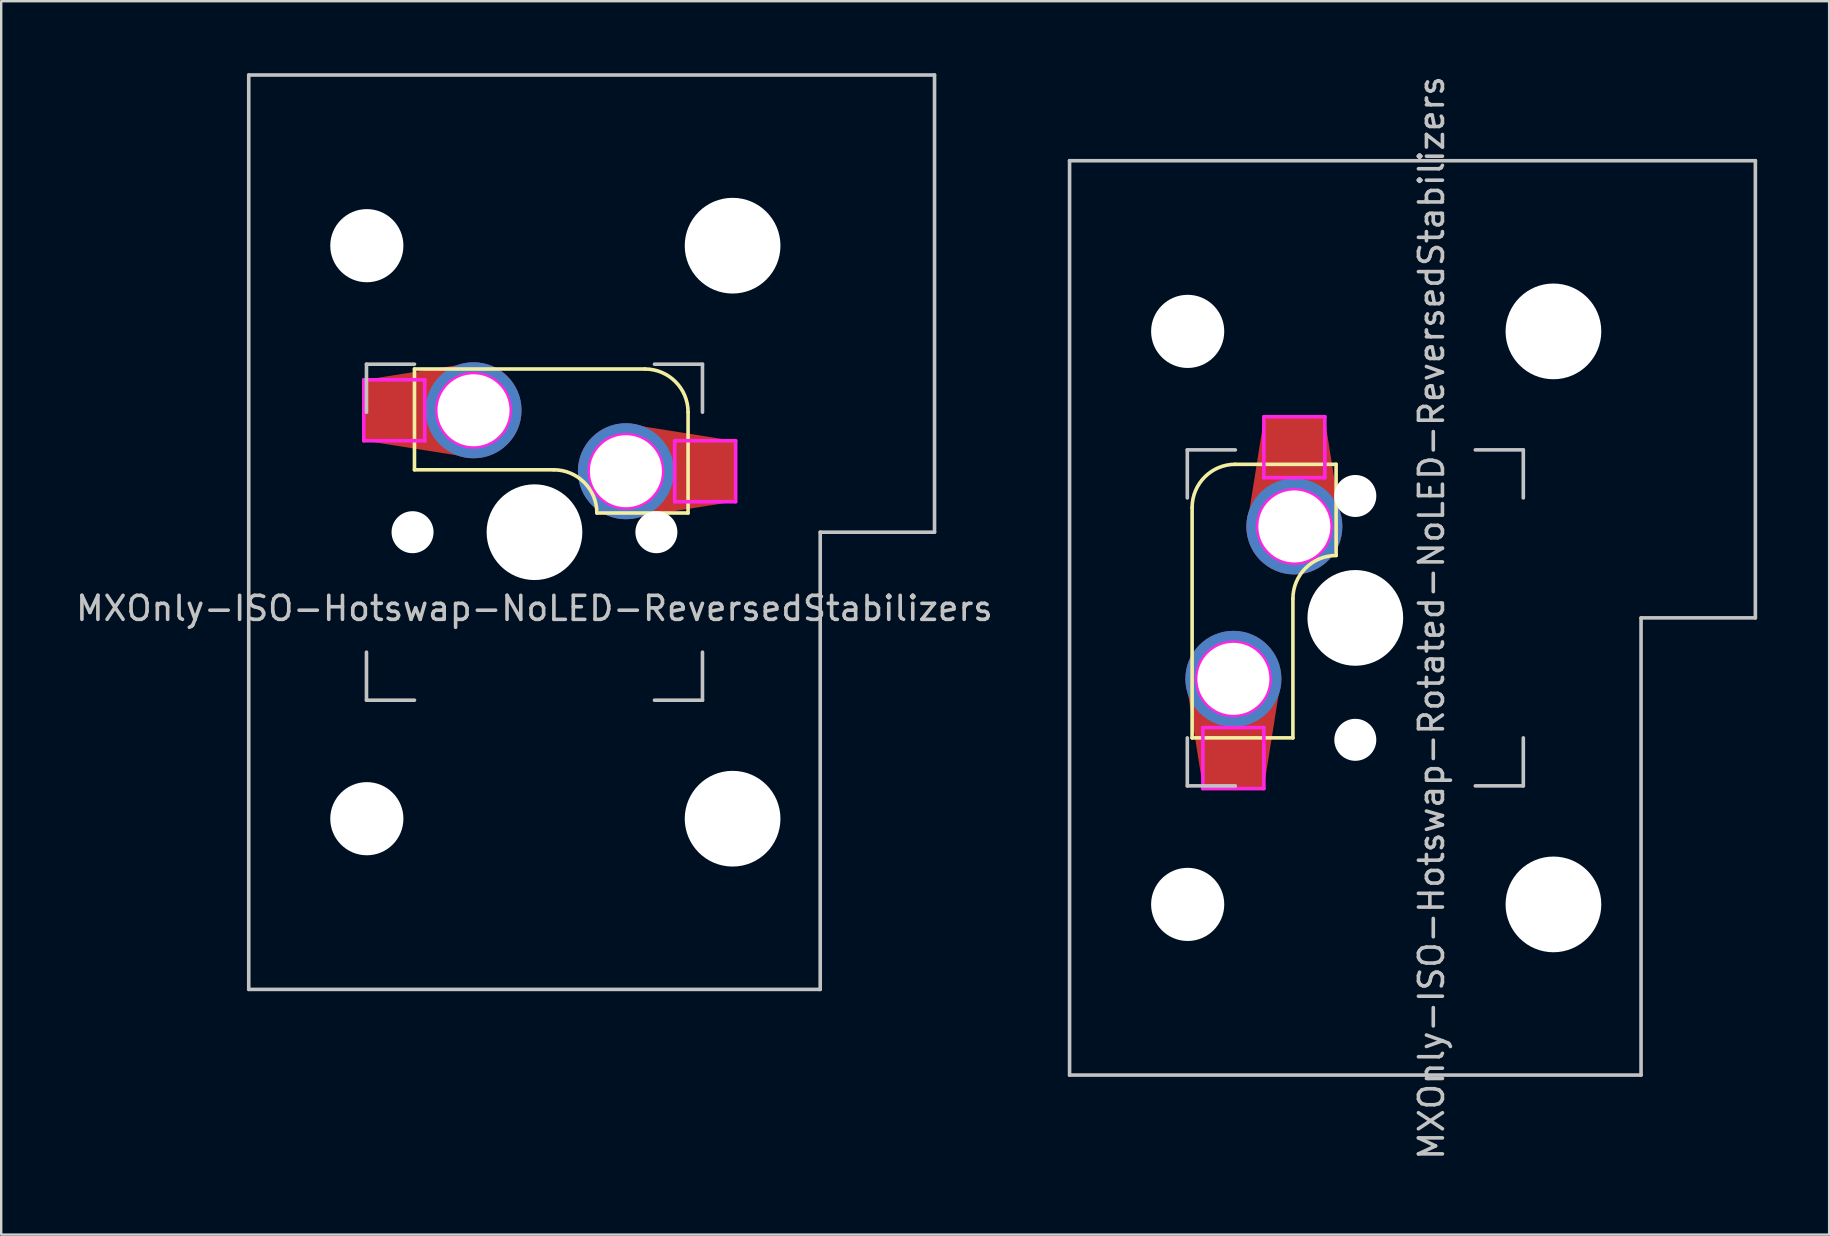
<source format=kicad_pcb>
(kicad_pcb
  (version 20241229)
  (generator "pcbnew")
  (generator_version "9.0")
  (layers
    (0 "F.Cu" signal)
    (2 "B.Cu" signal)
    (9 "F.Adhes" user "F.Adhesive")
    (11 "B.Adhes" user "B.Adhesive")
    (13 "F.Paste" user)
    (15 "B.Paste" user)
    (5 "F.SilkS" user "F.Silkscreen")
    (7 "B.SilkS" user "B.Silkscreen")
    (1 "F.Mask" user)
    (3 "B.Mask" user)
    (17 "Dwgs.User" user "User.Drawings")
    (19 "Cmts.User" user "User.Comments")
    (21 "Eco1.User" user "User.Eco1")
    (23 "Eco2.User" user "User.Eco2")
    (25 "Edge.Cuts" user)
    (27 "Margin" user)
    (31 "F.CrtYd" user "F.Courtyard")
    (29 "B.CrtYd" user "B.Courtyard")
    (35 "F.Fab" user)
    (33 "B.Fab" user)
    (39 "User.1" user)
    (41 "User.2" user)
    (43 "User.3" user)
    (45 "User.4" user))
  (footprint "MXOnly-ISO-Hotswap-Rotated-NoLED-ReversedStabilizers"
    (layer "F.Cu")
    (at 53.422 22.696)
    (property "Reference" "MXOnly-ISO-Hotswap-Rotated-NoLED-ReversedStabilizers" (at 3.175 0 270) (layer "Dwgs.User") (effects (font (size 1 1) (thickness 0.15))))
    (attr through_hole)
    (fp_line (start -6.8 5) (end -6.8 -4.6) (stroke (width 0.15) (type solid)) (layer "F.SilkS"))
    (fp_line (start -5 -6.4) (end -0.8 -6.4) (stroke (width 0.15) (type solid)) (layer "F.SilkS"))
    (fp_line (start -2.6 -0.8) (end -2.6 5) (stroke (width 0.15) (type solid)) (layer "F.SilkS"))
    (fp_line (start -2.6 5) (end -6.8 5) (stroke (width 0.15) (type solid)) (layer "F.SilkS"))
    (fp_line (start -0.8 -6.4) (end -0.8 -2.6) (stroke (width 0.15) (type solid)) (layer "F.SilkS"))
    (fp_arc (start -6.8 -4.6) (mid -6.272792 -5.872792) (end -5 -6.4) (stroke (width 0.15) (type solid)) (layer "F.SilkS"))
    (fp_arc (start -2.6 -0.8) (mid -2.072792 -2.072792) (end -0.8 -2.6) (stroke (width 0.15) (type solid)) (layer "F.SilkS"))
    (fp_poly (pts (xy -4.064 -6.477) (xy -3.747 -8.509) (xy -1.206 -8.509) (xy -0.889 -6.477)) (stroke (width 0.1) (type solid)) (fill yes) (layer "F.Paste"))
    (fp_poly (pts (xy -3.493 5.08) (xy -3.81 7.112) (xy -6.35 7.112) (xy -6.668 5.08)) (stroke (width 0.1) (type solid)) (fill yes) (layer "F.Paste"))
    (fp_line (start -11.906 -19.05) (end -11.906 19.05) (stroke (width 0.15) (type solid)) (layer "Dwgs.User"))
    (fp_line (start -7 -7) (end -5 -7) (stroke (width 0.15) (type solid)) (layer "Dwgs.User"))
    (fp_line (start -7 -5) (end -7 -7) (stroke (width 0.15) (type solid)) (layer "Dwgs.User"))
    (fp_line (start -7 5) (end -7 7) (stroke (width 0.15) (type solid)) (layer "Dwgs.User"))
    (fp_line (start -7 7) (end -5 7) (stroke (width 0.15) (type solid)) (layer "Dwgs.User"))
    (fp_line (start 5 -7) (end 7 -7) (stroke (width 0.15) (type solid)) (layer "Dwgs.User"))
    (fp_line (start 7 -7) (end 7 -5) (stroke (width 0.15) (type solid)) (layer "Dwgs.User"))
    (fp_line (start 7 5) (end 7 7) (stroke (width 0.15) (type solid)) (layer "Dwgs.User"))
    (fp_line (start 7 7) (end 5 7) (stroke (width 0.15) (type solid)) (layer "Dwgs.User"))
    (fp_line (start 11.906 0) (end 16.669 0) (stroke (width 0.15) (type solid)) (layer "Dwgs.User"))
    (fp_line (start 11.906 19.05) (end -11.906 19.05) (stroke (width 0.15) (type solid)) (layer "Dwgs.User"))
    (fp_line (start 11.906 19.05) (end 11.906 0) (stroke (width 0.15) (type solid)) (layer "Dwgs.User"))
    (fp_line (start 16.669 -19.05) (end -11.906 -19.05) (stroke (width 0.15) (type solid)) (layer "Dwgs.User"))
    (fp_line (start 16.669 -19.05) (end 16.669 0) (stroke (width 0.15) (type solid)) (layer "Dwgs.User"))
    (fp_line (start -6.35 4.572) (end -6.35 7.112) (stroke (width 0.15) (type solid)) (layer "F.CrtYd"))
    (fp_line (start -6.35 7.112) (end -3.81 7.112) (stroke (width 0.15) (type solid)) (layer "F.CrtYd"))
    (fp_line (start -3.81 -8.382) (end -3.81 -5.842) (stroke (width 0.15) (type solid)) (layer "F.CrtYd"))
    (fp_line (start -3.81 -5.842) (end -1.27 -5.842) (stroke (width 0.15) (type solid)) (layer "F.CrtYd"))
    (fp_line (start -3.81 4.572) (end -6.35 4.572) (stroke (width 0.15) (type solid)) (layer "F.CrtYd"))
    (fp_line (start -3.81 7.112) (end -3.81 4.572) (stroke (width 0.15) (type solid)) (layer "F.CrtYd"))
    (fp_line (start -1.27 -8.382) (end -3.81 -8.382) (stroke (width 0.15) (type solid)) (layer "F.CrtYd"))
    (fp_line (start -1.27 -5.842) (end -1.27 -8.382) (stroke (width 0.15) (type solid)) (layer "F.CrtYd"))
    (fp_circle (center -5.08 2.54) (end -6.604 2.54) (stroke (width 0.15) (type solid)) (fill no) (layer "F.CrtYd"))
    (fp_circle (center -2.54 -3.81) (end -4.064 -3.81) (stroke (width 0.15) (type solid)) (fill no) (layer "F.CrtYd"))
    (pad "" np_thru_hole circle (at -6.985 -11.938 180) (size 3.048 3.048) (drill 3.048) (layers "*.Cu" "*.Mask"))
    (pad "" np_thru_hole circle (at -6.985 11.938 180) (size 3.048 3.048) (drill 3.048) (layers "*.Cu" "*.Mask"))
    (pad "" np_thru_hole circle (at 0 -5.08 221.9) (size 1.75 1.75) (drill 1.75) (layers "*.Cu" "*.Mask"))
    (pad "" np_thru_hole circle (at 0 0 270) (size 3.988 3.988) (drill 3.988) (layers "*.Cu" "*.Mask"))
    (pad "" np_thru_hole circle (at 0 5.08 221.9) (size 1.75 1.75) (drill 1.75) (layers "*.Cu" "*.Mask"))
    (pad "" np_thru_hole circle (at 8.255 -11.938 180) (size 3.988 3.988) (drill 3.988) (layers "*.Cu" "*.Mask"))
    (pad "" np_thru_hole circle (at 8.255 11.938 180) (size 3.988 3.988) (drill 3.988) (layers "*.Cu" "*.Mask"))
    (pad "1" smd custom (at -2.54 -7.085 270) (size 2.55 2.5) (layers "F.Cu" "F.Mask") (options (anchor rect)) (primitives (gr_poly (pts (xy -1.195 1.219) (xy 3.275 1.93) (xy 3.275 -1.93) (xy -1.195 -1.219)) (width 0.1) (fill yes))))
    (pad "1" thru_hole circle (at -2.54 -3.81 270) (size 4 4) (drill 3) (layers "*.Cu" "F.Mask"))
    (pad "2" thru_hole circle (at -5.08 2.54 270) (size 4 4) (drill 3) (layers "*.Cu" "F.Mask"))
    (pad "2" smd custom (at -5.08 5.841 270) (size 2.55 2.5) (layers "F.Cu" "F.Mask") (options (anchor rect)) (primitives (gr_poly (pts (xy 1.219 -1.219) (xy -3.251 -1.93) (xy -3.251 1.93) (xy 1.219 1.219)) (width 0.1) (fill yes)))))
  (footprint "MXOnly-ISO-Hotswap-NoLED-ReversedStabilizers"
    (layer "F.Cu")
    (at 19.22 19.125)
    (property "Reference" "MXOnly-ISO-Hotswap-NoLED-ReversedStabilizers" (at 0 3.175 180) (layer "Dwgs.User") (effects (font (size 1 1) (thickness 0.15))))
    (attr through_hole)
    (fp_line (start -5 -6.8) (end 4.6 -6.8) (stroke (width 0.15) (type solid)) (layer "F.SilkS"))
    (fp_line (start -5 -2.6) (end -5 -6.8) (stroke (width 0.15) (type solid)) (layer "F.SilkS"))
    (fp_line (start 0.8 -2.6) (end -5 -2.6) (stroke (width 0.15) (type solid)) (layer "F.SilkS"))
    (fp_line (start 6.4 -5) (end 6.4 -0.8) (stroke (width 0.15) (type solid)) (layer "F.SilkS"))
    (fp_line (start 6.4 -0.8) (end 2.6 -0.8) (stroke (width 0.15) (type solid)) (layer "F.SilkS"))
    (fp_arc (start 0.8 -2.6) (mid 2.072792 -2.072792) (end 2.6 -0.8) (stroke (width 0.15) (type solid)) (layer "F.SilkS"))
    (fp_arc (start 4.6 -6.8) (mid 5.872792 -6.272792) (end 6.4 -5) (stroke (width 0.15) (type solid)) (layer "F.SilkS"))
    (fp_poly (pts (xy -5.08 -3.493) (xy -7.112 -3.81) (xy -7.112 -6.35) (xy -5.08 -6.668)) (stroke (width 0.1) (type solid)) (fill yes) (layer "F.Paste"))
    (fp_poly (pts (xy 6.477 -4.064) (xy 8.509 -3.747) (xy 8.509 -1.206) (xy 6.477 -0.889)) (stroke (width 0.1) (type solid)) (fill yes) (layer "F.Paste"))
    (fp_line (start -11.906 -19.05) (end -11.906 19.05) (stroke (width 0.15) (type solid)) (layer "Dwgs.User"))
    (fp_line (start -7 -7) (end -7 -5) (stroke (width 0.15) (type solid)) (layer "Dwgs.User"))
    (fp_line (start -7 7) (end -7 5) (stroke (width 0.15) (type solid)) (layer "Dwgs.User"))
    (fp_line (start -5 -7) (end -7 -7) (stroke (width 0.15) (type solid)) (layer "Dwgs.User"))
    (fp_line (start -5 7) (end -7 7) (stroke (width 0.15) (type solid)) (layer "Dwgs.User"))
    (fp_line (start 5 -7) (end 7 -7) (stroke (width 0.15) (type solid)) (layer "Dwgs.User"))
    (fp_line (start 7 -7) (end 7 -5) (stroke (width 0.15) (type solid)) (layer "Dwgs.User"))
    (fp_line (start 7 5) (end 7 7) (stroke (width 0.15) (type solid)) (layer "Dwgs.User"))
    (fp_line (start 7 7) (end 5 7) (stroke (width 0.15) (type solid)) (layer "Dwgs.User"))
    (fp_line (start 11.906 0) (end 16.669 0) (stroke (width 0.15) (type solid)) (layer "Dwgs.User"))
    (fp_line (start 11.906 19.05) (end -11.906 19.05) (stroke (width 0.15) (type solid)) (layer "Dwgs.User"))
    (fp_line (start 11.906 19.05) (end 11.906 0) (stroke (width 0.15) (type solid)) (layer "Dwgs.User"))
    (fp_line (start 16.669 -19.05) (end -11.906 -19.05) (stroke (width 0.15) (type solid)) (layer "Dwgs.User"))
    (fp_line (start 16.669 -19.05) (end 16.669 0) (stroke (width 0.15) (type solid)) (layer "Dwgs.User"))
    (fp_line (start -7.112 -6.35) (end -7.112 -3.81) (stroke (width 0.15) (type solid)) (layer "F.CrtYd"))
    (fp_line (start -7.112 -3.81) (end -4.572 -3.81) (stroke (width 0.15) (type solid)) (layer "F.CrtYd"))
    (fp_line (start -4.572 -6.35) (end -7.112 -6.35) (stroke (width 0.15) (type solid)) (layer "F.CrtYd"))
    (fp_line (start -4.572 -3.81) (end -4.572 -6.35) (stroke (width 0.15) (type solid)) (layer "F.CrtYd"))
    (fp_line (start 5.842 -3.81) (end 5.842 -1.27) (stroke (width 0.15) (type solid)) (layer "F.CrtYd"))
    (fp_line (start 5.842 -1.27) (end 8.382 -1.27) (stroke (width 0.15) (type solid)) (layer "F.CrtYd"))
    (fp_line (start 8.382 -3.81) (end 5.842 -3.81) (stroke (width 0.15) (type solid)) (layer "F.CrtYd"))
    (fp_line (start 8.382 -1.27) (end 8.382 -3.81) (stroke (width 0.15) (type solid)) (layer "F.CrtYd"))
    (fp_circle (center -2.54 -5.08) (end -2.54 -6.604) (stroke (width 0.15) (type solid)) (fill no) (layer "F.CrtYd"))
    (fp_circle (center 3.81 -2.54) (end 3.81 -4.064) (stroke (width 0.15) (type solid)) (fill no) (layer "F.CrtYd"))
    (pad "" np_thru_hole circle (at -6.985 -11.938 180) (size 3.048 3.048) (drill 3.048) (layers "*.Cu" "*.Mask"))
    (pad "" np_thru_hole circle (at -6.985 11.938 180) (size 3.048 3.048) (drill 3.048) (layers "*.Cu" "*.Mask"))
    (pad "" np_thru_hole circle (at -5.08 0 131.9) (size 1.75 1.75) (drill 1.75) (layers "*.Cu" "*.Mask"))
    (pad "" np_thru_hole circle (at 0 0 180) (size 3.988 3.988) (drill 3.988) (layers "*.Cu" "*.Mask"))
    (pad "" np_thru_hole circle (at 5.08 0 131.9) (size 1.75 1.75) (drill 1.75) (layers "*.Cu" "*.Mask"))
    (pad "" np_thru_hole circle (at 8.255 -11.938 180) (size 3.988 3.988) (drill 3.988) (layers "*.Cu" "*.Mask"))
    (pad "" np_thru_hole circle (at 8.255 11.938 180) (size 3.988 3.988) (drill 3.988) (layers "*.Cu" "*.Mask"))
    (pad "1" thru_hole circle (at 3.81 -2.54 180) (size 4 4) (drill 3) (layers "*.Cu" "F.Mask"))
    (pad "1" smd custom (at 7.085 -2.54 180) (size 2.55 2.5) (layers "F.Cu" "F.Mask") (options (anchor rect)) (primitives (gr_poly (pts (xy -1.195 1.219) (xy 3.275 1.93) (xy 3.275 -1.93) (xy -1.195 -1.219)) (width 0.1) (fill yes))))
    (pad "2" smd custom (at -5.841 -5.08 180) (size 2.55 2.5) (layers "F.Cu" "F.Mask") (options (anchor rect)) (primitives (gr_poly (pts (xy 1.219 -1.219) (xy -3.251 -1.93) (xy -3.251 1.93) (xy 1.219 1.219)) (width 0.1) (fill yes))))
    (pad "2" thru_hole circle (at -2.54 -5.08 180) (size 4 4) (drill 3) (layers "*.Cu" "F.Mask")))
  (gr_rect
    (start -3 -3)
    (end 73.165 48.393)
    (stroke (width 0.1) (type default))
    (fill no)
    (layer "Edge.Cuts")))
</source>
